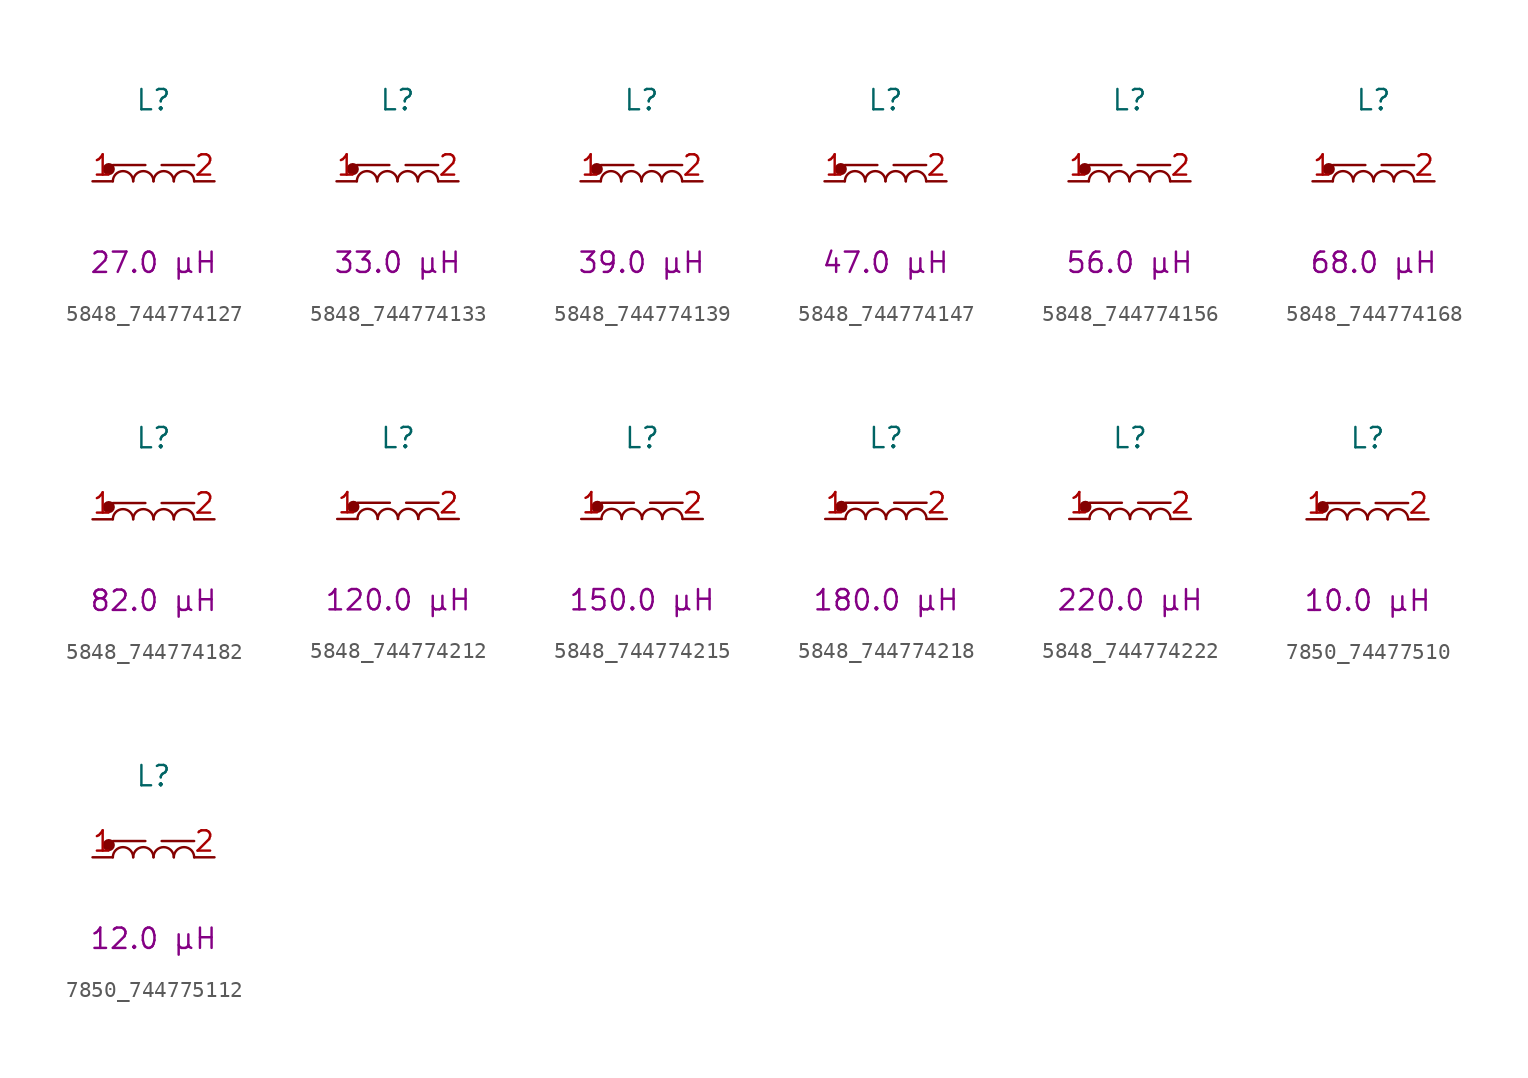
<source format=kicad_sym>
(kicad_symbol_lib
  (version 20220914)
  (generator kicad_symbol_editor)
  (symbol "5848_744774127"
    (pin_names hide)
    (property "Reference" "L"
      (at 0 5.08 0)
      (effects (font (size 1.27 1.27))))
    (property "Critical Parameter" "27.0 µH"
      (at 0 -5.08 0)
      (effects (font (size 1.27 1.27))))
    (symbol "5848_744774127_0_1"
      (arc (start -1.27 0) (mid -1.905 0.6323) (end -2.54 0) (stroke (width 0) (type default)) (fill (type none)))
      (arc (start 0 0) (mid -0.635 0.6323) (end -1.27 0) (stroke (width 0) (type default)) (fill (type none)))
      (polyline (pts (xy -2.54 1.016) (xy -0.508 1.016)) (stroke (width 0) (type default)) (fill (type none)))
      (arc (start 1.27 0) (mid 0.635 0.6323) (end 0 0) (stroke (width 0) (type default)) (fill (type none)))
      (arc (start 2.54 0) (mid 1.905 0.6323) (end 1.27 0) (stroke (width 0) (type default)) (fill (type none))))
    (symbol "5848_744774127_1_1"
      (circle (center -2.794 0.762) (radius 0.0001) (stroke (width 0.381) (type default)) (fill (type none)))
      (polyline (pts (xy 2.54 1.016) (xy 0.508 1.016)) (stroke (width 0) (type default)) (fill (type none)))
      (pin passive line (at -3.81 0 0) (length 1.27) (name "1" (effects (font (size 1.27 1.27)))) (number "1" (effects (font (size 1.27 1.27)))))
      (pin passive line (at 3.81 0 180) (length 1.27) (name "2" (effects (font (size 1.27 1.27)))) (number "2" (effects (font (size 1.27 1.27)))))))
  (symbol "5848_744774133"
    (pin_names hide)
    (property "Reference" "L"
      (at 0 5.08 0)
      (effects (font (size 1.27 1.27))))
    (property "Critical Parameter" "33.0 µH"
      (at 0 -5.08 0)
      (effects (font (size 1.27 1.27))))
    (symbol "5848_744774133_0_1"
      (arc (start -1.27 0) (mid -1.905 0.6323) (end -2.54 0) (stroke (width 0) (type default)) (fill (type none)))
      (arc (start 0 0) (mid -0.635 0.6323) (end -1.27 0) (stroke (width 0) (type default)) (fill (type none)))
      (polyline (pts (xy -2.54 1.016) (xy -0.508 1.016)) (stroke (width 0) (type default)) (fill (type none)))
      (arc (start 1.27 0) (mid 0.635 0.6323) (end 0 0) (stroke (width 0) (type default)) (fill (type none)))
      (arc (start 2.54 0) (mid 1.905 0.6323) (end 1.27 0) (stroke (width 0) (type default)) (fill (type none))))
    (symbol "5848_744774133_1_1"
      (circle (center -2.794 0.762) (radius 0.0001) (stroke (width 0.381) (type default)) (fill (type none)))
      (polyline (pts (xy 2.54 1.016) (xy 0.508 1.016)) (stroke (width 0) (type default)) (fill (type none)))
      (pin passive line (at -3.81 0 0) (length 1.27) (name "1" (effects (font (size 1.27 1.27)))) (number "1" (effects (font (size 1.27 1.27)))))
      (pin passive line (at 3.81 0 180) (length 1.27) (name "2" (effects (font (size 1.27 1.27)))) (number "2" (effects (font (size 1.27 1.27)))))))
  (symbol "5848_744774139"
    (pin_names hide)
    (property "Reference" "L"
      (at 0 5.08 0)
      (effects (font (size 1.27 1.27))))
    (property "Critical Parameter" "39.0 µH"
      (at 0 -5.08 0)
      (effects (font (size 1.27 1.27))))
    (symbol "5848_744774139_0_1"
      (arc (start -1.27 0) (mid -1.905 0.6323) (end -2.54 0) (stroke (width 0) (type default)) (fill (type none)))
      (arc (start 0 0) (mid -0.635 0.6323) (end -1.27 0) (stroke (width 0) (type default)) (fill (type none)))
      (polyline (pts (xy -2.54 1.016) (xy -0.508 1.016)) (stroke (width 0) (type default)) (fill (type none)))
      (arc (start 1.27 0) (mid 0.635 0.6323) (end 0 0) (stroke (width 0) (type default)) (fill (type none)))
      (arc (start 2.54 0) (mid 1.905 0.6323) (end 1.27 0) (stroke (width 0) (type default)) (fill (type none))))
    (symbol "5848_744774139_1_1"
      (circle (center -2.794 0.762) (radius 0.0001) (stroke (width 0.381) (type default)) (fill (type none)))
      (polyline (pts (xy 2.54 1.016) (xy 0.508 1.016)) (stroke (width 0) (type default)) (fill (type none)))
      (pin passive line (at -3.81 0 0) (length 1.27) (name "1" (effects (font (size 1.27 1.27)))) (number "1" (effects (font (size 1.27 1.27)))))
      (pin passive line (at 3.81 0 180) (length 1.27) (name "2" (effects (font (size 1.27 1.27)))) (number "2" (effects (font (size 1.27 1.27)))))))
  (symbol "5848_744774147"
    (pin_names hide)
    (property "Reference" "L"
      (at 0 5.08 0)
      (effects (font (size 1.27 1.27))))
    (property "Critical Parameter" "47.0 µH"
      (at 0 -5.08 0)
      (effects (font (size 1.27 1.27))))
    (symbol "5848_744774147_0_1"
      (arc (start -1.27 0) (mid -1.905 0.6323) (end -2.54 0) (stroke (width 0) (type default)) (fill (type none)))
      (arc (start 0 0) (mid -0.635 0.6323) (end -1.27 0) (stroke (width 0) (type default)) (fill (type none)))
      (polyline (pts (xy -2.54 1.016) (xy -0.508 1.016)) (stroke (width 0) (type default)) (fill (type none)))
      (arc (start 1.27 0) (mid 0.635 0.6323) (end 0 0) (stroke (width 0) (type default)) (fill (type none)))
      (arc (start 2.54 0) (mid 1.905 0.6323) (end 1.27 0) (stroke (width 0) (type default)) (fill (type none))))
    (symbol "5848_744774147_1_1"
      (circle (center -2.794 0.762) (radius 0.0001) (stroke (width 0.381) (type default)) (fill (type none)))
      (polyline (pts (xy 2.54 1.016) (xy 0.508 1.016)) (stroke (width 0) (type default)) (fill (type none)))
      (pin passive line (at -3.81 0 0) (length 1.27) (name "1" (effects (font (size 1.27 1.27)))) (number "1" (effects (font (size 1.27 1.27)))))
      (pin passive line (at 3.81 0 180) (length 1.27) (name "2" (effects (font (size 1.27 1.27)))) (number "2" (effects (font (size 1.27 1.27)))))))
  (symbol "5848_744774156"
    (pin_names hide)
    (property "Reference" "L"
      (at 0 5.08 0)
      (effects (font (size 1.27 1.27))))
    (property "Critical Parameter" "56.0 µH"
      (at 0 -5.08 0)
      (effects (font (size 1.27 1.27))))
    (symbol "5848_744774156_0_1"
      (arc (start -1.27 0) (mid -1.905 0.6323) (end -2.54 0) (stroke (width 0) (type default)) (fill (type none)))
      (arc (start 0 0) (mid -0.635 0.6323) (end -1.27 0) (stroke (width 0) (type default)) (fill (type none)))
      (polyline (pts (xy -2.54 1.016) (xy -0.508 1.016)) (stroke (width 0) (type default)) (fill (type none)))
      (arc (start 1.27 0) (mid 0.635 0.6323) (end 0 0) (stroke (width 0) (type default)) (fill (type none)))
      (arc (start 2.54 0) (mid 1.905 0.6323) (end 1.27 0) (stroke (width 0) (type default)) (fill (type none))))
    (symbol "5848_744774156_1_1"
      (circle (center -2.794 0.762) (radius 0.0001) (stroke (width 0.381) (type default)) (fill (type none)))
      (polyline (pts (xy 2.54 1.016) (xy 0.508 1.016)) (stroke (width 0) (type default)) (fill (type none)))
      (pin passive line (at -3.81 0 0) (length 1.27) (name "1" (effects (font (size 1.27 1.27)))) (number "1" (effects (font (size 1.27 1.27)))))
      (pin passive line (at 3.81 0 180) (length 1.27) (name "2" (effects (font (size 1.27 1.27)))) (number "2" (effects (font (size 1.27 1.27)))))))
  (symbol "5848_744774168"
    (pin_names hide)
    (property "Reference" "L"
      (at 0 5.08 0)
      (effects (font (size 1.27 1.27))))
    (property "Critical Parameter" "68.0 µH"
      (at 0 -5.08 0)
      (effects (font (size 1.27 1.27))))
    (symbol "5848_744774168_0_1"
      (arc (start -1.27 0) (mid -1.905 0.6323) (end -2.54 0) (stroke (width 0) (type default)) (fill (type none)))
      (arc (start 0 0) (mid -0.635 0.6323) (end -1.27 0) (stroke (width 0) (type default)) (fill (type none)))
      (polyline (pts (xy -2.54 1.016) (xy -0.508 1.016)) (stroke (width 0) (type default)) (fill (type none)))
      (arc (start 1.27 0) (mid 0.635 0.6323) (end 0 0) (stroke (width 0) (type default)) (fill (type none)))
      (arc (start 2.54 0) (mid 1.905 0.6323) (end 1.27 0) (stroke (width 0) (type default)) (fill (type none))))
    (symbol "5848_744774168_1_1"
      (circle (center -2.794 0.762) (radius 0.0001) (stroke (width 0.381) (type default)) (fill (type none)))
      (polyline (pts (xy 2.54 1.016) (xy 0.508 1.016)) (stroke (width 0) (type default)) (fill (type none)))
      (pin passive line (at -3.81 0 0) (length 1.27) (name "1" (effects (font (size 1.27 1.27)))) (number "1" (effects (font (size 1.27 1.27)))))
      (pin passive line (at 3.81 0 180) (length 1.27) (name "2" (effects (font (size 1.27 1.27)))) (number "2" (effects (font (size 1.27 1.27)))))))
  (symbol "5848_744774182"
    (pin_names hide)
    (property "Reference" "L"
      (at 0 5.08 0)
      (effects (font (size 1.27 1.27))))
    (property "Critical Parameter" "82.0 µH"
      (at 0 -5.08 0)
      (effects (font (size 1.27 1.27))))
    (symbol "5848_744774182_0_1"
      (arc (start -1.27 0) (mid -1.905 0.6323) (end -2.54 0) (stroke (width 0) (type default)) (fill (type none)))
      (arc (start 0 0) (mid -0.635 0.6323) (end -1.27 0) (stroke (width 0) (type default)) (fill (type none)))
      (polyline (pts (xy -2.54 1.016) (xy -0.508 1.016)) (stroke (width 0) (type default)) (fill (type none)))
      (arc (start 1.27 0) (mid 0.635 0.6323) (end 0 0) (stroke (width 0) (type default)) (fill (type none)))
      (arc (start 2.54 0) (mid 1.905 0.6323) (end 1.27 0) (stroke (width 0) (type default)) (fill (type none))))
    (symbol "5848_744774182_1_1"
      (circle (center -2.794 0.762) (radius 0.0001) (stroke (width 0.381) (type default)) (fill (type none)))
      (polyline (pts (xy 2.54 1.016) (xy 0.508 1.016)) (stroke (width 0) (type default)) (fill (type none)))
      (pin passive line (at -3.81 0 0) (length 1.27) (name "1" (effects (font (size 1.27 1.27)))) (number "1" (effects (font (size 1.27 1.27)))))
      (pin passive line (at 3.81 0 180) (length 1.27) (name "2" (effects (font (size 1.27 1.27)))) (number "2" (effects (font (size 1.27 1.27)))))))
  (symbol "5848_744774212"
    (pin_names hide)
    (property "Reference" "L"
      (at 0 5.08 0)
      (effects (font (size 1.27 1.27))))
    (property "Critical Parameter" "120.0 µH"
      (at 0 -5.08 0)
      (effects (font (size 1.27 1.27))))
    (symbol "5848_744774212_0_1"
      (arc (start -1.27 0) (mid -1.905 0.6323) (end -2.54 0) (stroke (width 0) (type default)) (fill (type none)))
      (arc (start 0 0) (mid -0.635 0.6323) (end -1.27 0) (stroke (width 0) (type default)) (fill (type none)))
      (polyline (pts (xy -2.54 1.016) (xy -0.508 1.016)) (stroke (width 0) (type default)) (fill (type none)))
      (arc (start 1.27 0) (mid 0.635 0.6323) (end 0 0) (stroke (width 0) (type default)) (fill (type none)))
      (arc (start 2.54 0) (mid 1.905 0.6323) (end 1.27 0) (stroke (width 0) (type default)) (fill (type none))))
    (symbol "5848_744774212_1_1"
      (circle (center -2.794 0.762) (radius 0.0001) (stroke (width 0.381) (type default)) (fill (type none)))
      (polyline (pts (xy 2.54 1.016) (xy 0.508 1.016)) (stroke (width 0) (type default)) (fill (type none)))
      (pin passive line (at -3.81 0 0) (length 1.27) (name "1" (effects (font (size 1.27 1.27)))) (number "1" (effects (font (size 1.27 1.27)))))
      (pin passive line (at 3.81 0 180) (length 1.27) (name "2" (effects (font (size 1.27 1.27)))) (number "2" (effects (font (size 1.27 1.27)))))))
  (symbol "5848_744774215"
    (pin_names hide)
    (property "Reference" "L"
      (at 0 5.08 0)
      (effects (font (size 1.27 1.27))))
    (property "Critical Parameter" "150.0 µH"
      (at 0 -5.08 0)
      (effects (font (size 1.27 1.27))))
    (symbol "5848_744774215_0_1"
      (arc (start -1.27 0) (mid -1.905 0.6323) (end -2.54 0) (stroke (width 0) (type default)) (fill (type none)))
      (arc (start 0 0) (mid -0.635 0.6323) (end -1.27 0) (stroke (width 0) (type default)) (fill (type none)))
      (polyline (pts (xy -2.54 1.016) (xy -0.508 1.016)) (stroke (width 0) (type default)) (fill (type none)))
      (arc (start 1.27 0) (mid 0.635 0.6323) (end 0 0) (stroke (width 0) (type default)) (fill (type none)))
      (arc (start 2.54 0) (mid 1.905 0.6323) (end 1.27 0) (stroke (width 0) (type default)) (fill (type none))))
    (symbol "5848_744774215_1_1"
      (circle (center -2.794 0.762) (radius 0.0001) (stroke (width 0.381) (type default)) (fill (type none)))
      (polyline (pts (xy 2.54 1.016) (xy 0.508 1.016)) (stroke (width 0) (type default)) (fill (type none)))
      (pin passive line (at -3.81 0 0) (length 1.27) (name "1" (effects (font (size 1.27 1.27)))) (number "1" (effects (font (size 1.27 1.27)))))
      (pin passive line (at 3.81 0 180) (length 1.27) (name "2" (effects (font (size 1.27 1.27)))) (number "2" (effects (font (size 1.27 1.27)))))))
  (symbol "5848_744774218"
    (pin_names hide)
    (property "Reference" "L"
      (at 0 5.08 0)
      (effects (font (size 1.27 1.27))))
    (property "Critical Parameter" "180.0 µH"
      (at 0 -5.08 0)
      (effects (font (size 1.27 1.27))))
    (symbol "5848_744774218_0_1"
      (arc (start -1.27 0) (mid -1.905 0.6323) (end -2.54 0) (stroke (width 0) (type default)) (fill (type none)))
      (arc (start 0 0) (mid -0.635 0.6323) (end -1.27 0) (stroke (width 0) (type default)) (fill (type none)))
      (polyline (pts (xy -2.54 1.016) (xy -0.508 1.016)) (stroke (width 0) (type default)) (fill (type none)))
      (arc (start 1.27 0) (mid 0.635 0.6323) (end 0 0) (stroke (width 0) (type default)) (fill (type none)))
      (arc (start 2.54 0) (mid 1.905 0.6323) (end 1.27 0) (stroke (width 0) (type default)) (fill (type none))))
    (symbol "5848_744774218_1_1"
      (circle (center -2.794 0.762) (radius 0.0001) (stroke (width 0.381) (type default)) (fill (type none)))
      (polyline (pts (xy 2.54 1.016) (xy 0.508 1.016)) (stroke (width 0) (type default)) (fill (type none)))
      (pin passive line (at -3.81 0 0) (length 1.27) (name "1" (effects (font (size 1.27 1.27)))) (number "1" (effects (font (size 1.27 1.27)))))
      (pin passive line (at 3.81 0 180) (length 1.27) (name "2" (effects (font (size 1.27 1.27)))) (number "2" (effects (font (size 1.27 1.27)))))))
  (symbol "5848_744774222"
    (pin_names hide)
    (property "Reference" "L"
      (at 0 5.08 0)
      (effects (font (size 1.27 1.27))))
    (property "Critical Parameter" "220.0 µH"
      (at 0 -5.08 0)
      (effects (font (size 1.27 1.27))))
    (symbol "5848_744774222_0_1"
      (arc (start -1.27 0) (mid -1.905 0.6323) (end -2.54 0) (stroke (width 0) (type default)) (fill (type none)))
      (arc (start 0 0) (mid -0.635 0.6323) (end -1.27 0) (stroke (width 0) (type default)) (fill (type none)))
      (polyline (pts (xy -2.54 1.016) (xy -0.508 1.016)) (stroke (width 0) (type default)) (fill (type none)))
      (arc (start 1.27 0) (mid 0.635 0.6323) (end 0 0) (stroke (width 0) (type default)) (fill (type none)))
      (arc (start 2.54 0) (mid 1.905 0.6323) (end 1.27 0) (stroke (width 0) (type default)) (fill (type none))))
    (symbol "5848_744774222_1_1"
      (circle (center -2.794 0.762) (radius 0.0001) (stroke (width 0.381) (type default)) (fill (type none)))
      (polyline (pts (xy 2.54 1.016) (xy 0.508 1.016)) (stroke (width 0) (type default)) (fill (type none)))
      (pin passive line (at -3.81 0 0) (length 1.27) (name "1" (effects (font (size 1.27 1.27)))) (number "1" (effects (font (size 1.27 1.27)))))
      (pin passive line (at 3.81 0 180) (length 1.27) (name "2" (effects (font (size 1.27 1.27)))) (number "2" (effects (font (size 1.27 1.27)))))))
  (symbol "7850_74477510"
    (pin_names hide)
    (property "Reference" "L"
      (at 0 5.08 0)
      (effects (font (size 1.27 1.27))))
    (property "Critical Parameter" "10.0 µH"
      (at 0 -5.08 0)
      (effects (font (size 1.27 1.27))))
    (symbol "7850_74477510_0_1"
      (arc (start -1.27 0) (mid -1.905 0.6323) (end -2.54 0) (stroke (width 0) (type default)) (fill (type none)))
      (arc (start 0 0) (mid -0.635 0.6323) (end -1.27 0) (stroke (width 0) (type default)) (fill (type none)))
      (polyline (pts (xy -2.54 1.016) (xy -0.508 1.016)) (stroke (width 0) (type default)) (fill (type none)))
      (arc (start 1.27 0) (mid 0.635 0.6323) (end 0 0) (stroke (width 0) (type default)) (fill (type none)))
      (arc (start 2.54 0) (mid 1.905 0.6323) (end 1.27 0) (stroke (width 0) (type default)) (fill (type none))))
    (symbol "7850_74477510_1_1"
      (circle (center -2.794 0.762) (radius 0.0001) (stroke (width 0.381) (type default)) (fill (type none)))
      (polyline (pts (xy 2.54 1.016) (xy 0.508 1.016)) (stroke (width 0) (type default)) (fill (type none)))
      (pin passive line (at -3.81 0 0) (length 1.27) (name "1" (effects (font (size 1.27 1.27)))) (number "1" (effects (font (size 1.27 1.27)))))
      (pin passive line (at 3.81 0 180) (length 1.27) (name "2" (effects (font (size 1.27 1.27)))) (number "2" (effects (font (size 1.27 1.27)))))))
  (symbol "7850_744775112"
    (pin_names hide)
    (property "Reference" "L"
      (at 0 5.08 0)
      (effects (font (size 1.27 1.27))))
    (property "Critical Parameter" "12.0 µH"
      (at 0 -5.08 0)
      (effects (font (size 1.27 1.27))))
    (symbol "7850_744775112_0_1"
      (arc (start -1.27 0) (mid -1.905 0.6323) (end -2.54 0) (stroke (width 0) (type default)) (fill (type none)))
      (arc (start 0 0) (mid -0.635 0.6323) (end -1.27 0) (stroke (width 0) (type default)) (fill (type none)))
      (polyline (pts (xy -2.54 1.016) (xy -0.508 1.016)) (stroke (width 0) (type default)) (fill (type none)))
      (arc (start 1.27 0) (mid 0.635 0.6323) (end 0 0) (stroke (width 0) (type default)) (fill (type none)))
      (arc (start 2.54 0) (mid 1.905 0.6323) (end 1.27 0) (stroke (width 0) (type default)) (fill (type none))))
    (symbol "7850_744775112_1_1"
      (circle (center -2.794 0.762) (radius 0.0001) (stroke (width 0.381) (type default)) (fill (type none)))
      (polyline (pts (xy 2.54 1.016) (xy 0.508 1.016)) (stroke (width 0) (type default)) (fill (type none)))
      (pin passive line (at -3.81 0 0) (length 1.27) (name "1" (effects (font (size 1.27 1.27)))) (number "1" (effects (font (size 1.27 1.27)))))
      (pin passive line (at 3.81 0 180) (length 1.27) (name "2" (effects (font (size 1.27 1.27)))) (number "2" (effects (font (size 1.27 1.27))))))))
</source>
